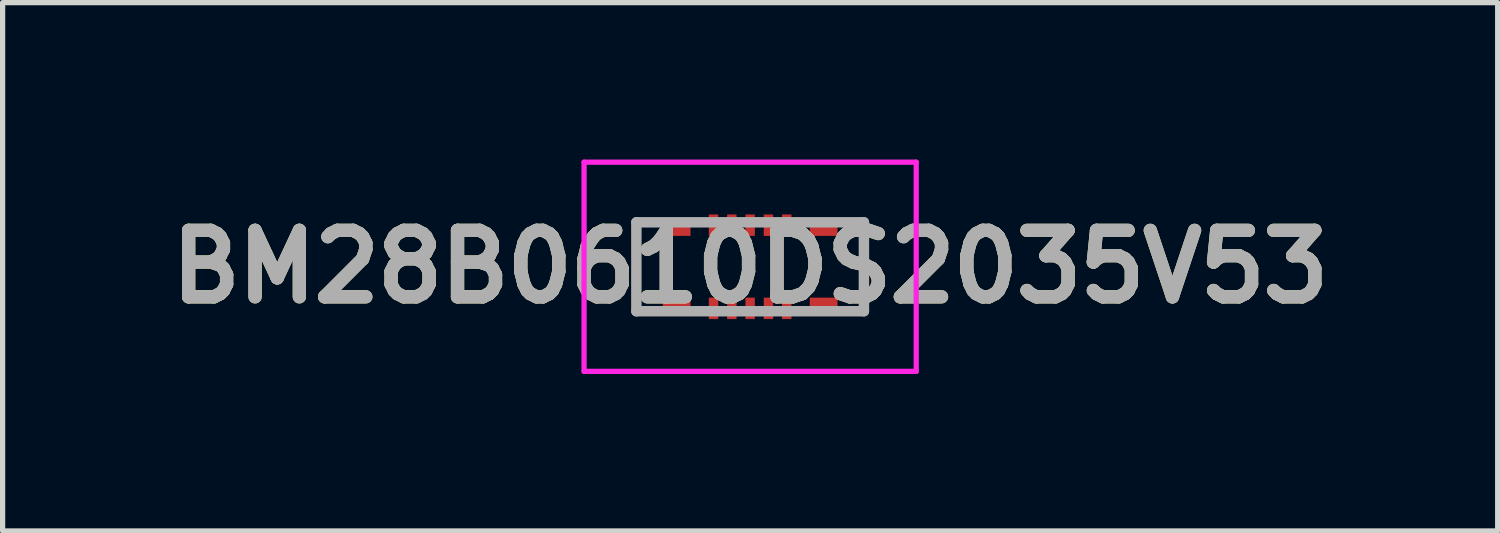
<source format=kicad_pcb>
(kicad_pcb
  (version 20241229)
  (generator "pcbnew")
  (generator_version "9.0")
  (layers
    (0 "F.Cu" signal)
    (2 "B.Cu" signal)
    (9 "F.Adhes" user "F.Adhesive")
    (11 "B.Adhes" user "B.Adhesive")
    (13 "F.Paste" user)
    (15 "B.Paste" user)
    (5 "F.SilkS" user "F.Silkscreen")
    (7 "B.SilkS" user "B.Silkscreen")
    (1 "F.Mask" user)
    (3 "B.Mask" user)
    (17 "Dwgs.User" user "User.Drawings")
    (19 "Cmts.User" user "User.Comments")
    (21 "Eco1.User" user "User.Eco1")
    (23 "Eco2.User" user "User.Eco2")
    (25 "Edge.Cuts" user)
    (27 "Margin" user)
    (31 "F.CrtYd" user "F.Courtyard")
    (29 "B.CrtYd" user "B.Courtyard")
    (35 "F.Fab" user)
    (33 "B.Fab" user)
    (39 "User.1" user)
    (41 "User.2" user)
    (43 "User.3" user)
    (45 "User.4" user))
  (footprint "BM28B0610DS2035V53"
    (layer "F.Cu")
    (at 11.291 2.05)
    (property "Reference" "BM28B0610DS2035V53" (at 0 0 0) (layer "F.SilkS") (effects (font (size 1.27 1.27) (thickness 0.254))))
    (attr smd)
    (fp_line (start -2.175 -0.85) (end -2.175 0.85) (stroke (width 0.1) (type solid)) (layer "F.SilkS"))
    (fp_line (start 2.175 -0.85) (end 2.175 0.85) (stroke (width 0.1) (type solid)) (layer "F.SilkS"))
    (fp_line (start -3.175 -2) (end 3.175 -2) (stroke (width 0.1) (type solid)) (layer "F.CrtYd"))
    (fp_line (start -3.175 2) (end -3.175 -2) (stroke (width 0.1) (type solid)) (layer "F.CrtYd"))
    (fp_line (start 3.175 -2) (end 3.175 2) (stroke (width 0.1) (type solid)) (layer "F.CrtYd"))
    (fp_line (start 3.175 2) (end -3.175 2) (stroke (width 0.1) (type solid)) (layer "F.CrtYd"))
    (fp_line (start -2.175 -0.85) (end 2.175 -0.85) (stroke (width 0.2) (type solid)) (layer "F.Fab"))
    (fp_line (start -2.175 0.85) (end -2.175 -0.85) (stroke (width 0.2) (type solid)) (layer "F.Fab"))
    (fp_line (start 2.175 -0.85) (end 2.175 0.85) (stroke (width 0.2) (type solid)) (layer "F.Fab"))
    (fp_line (start 2.175 0.85) (end -2.175 0.85) (stroke (width 0.2) (type solid)) (layer "F.Fab"))
    (fp_text user "${REFERENCE}" (at 0 0 0) (layer "F.Fab") (effects (font (size 1.27 1.27) (thickness 0.254))))
    (pad "1" smd rect (at -0.7 0.795) (size 0.18 0.41) (layers "F.Cu" "F.Mask" "F.Paste"))
    (pad "2" smd rect (at -0.35 0.795) (size 0.18 0.41) (layers "F.Cu" "F.Mask" "F.Paste"))
    (pad "3" smd rect (at 0 0.795) (size 0.18 0.41) (layers "F.Cu" "F.Mask" "F.Paste"))
    (pad "4" smd rect (at 0.35 0.795) (size 0.18 0.41) (layers "F.Cu" "F.Mask" "F.Paste"))
    (pad "5" smd rect (at 0.7 0.795) (size 0.18 0.41) (layers "F.Cu" "F.Mask" "F.Paste"))
    (pad "6" smd rect (at 0.7 -0.795) (size 0.18 0.41) (layers "F.Cu" "F.Mask" "F.Paste"))
    (pad "7" smd rect (at 0.35 -0.795) (size 0.18 0.41) (layers "F.Cu" "F.Mask" "F.Paste"))
    (pad "8" smd rect (at 0 -0.795) (size 0.18 0.41) (layers "F.Cu" "F.Mask" "F.Paste"))
    (pad "9" smd rect (at -0.35 -0.795) (size 0.18 0.41) (layers "F.Cu" "F.Mask" "F.Paste"))
    (pad "10" smd rect (at -0.7 -0.795) (size 0.18 0.41) (layers "F.Cu" "F.Mask" "F.Paste"))
    (pad "MP1" smd rect (at -1.405 0.745 90) (size 0.31 0.53) (layers "F.Cu" "F.Mask" "F.Paste"))
    (pad "MP2" smd rect (at 1.405 0.745 90) (size 0.31 0.53) (layers "F.Cu" "F.Mask" "F.Paste"))
    (pad "MP3" smd rect (at 1.405 -0.745 90) (size 0.31 0.53) (layers "F.Cu" "F.Mask" "F.Paste"))
    (pad "MP4" smd rect (at -1.405 -0.745 90) (size 0.31 0.53) (layers "F.Cu" "F.Mask" "F.Paste")))
  (gr_rect
    (start -3 -3)
    (end 25.582 7.1)
    (stroke (width 0.1) (type default))
    (fill no)
    (layer "Edge.Cuts")))
</source>
